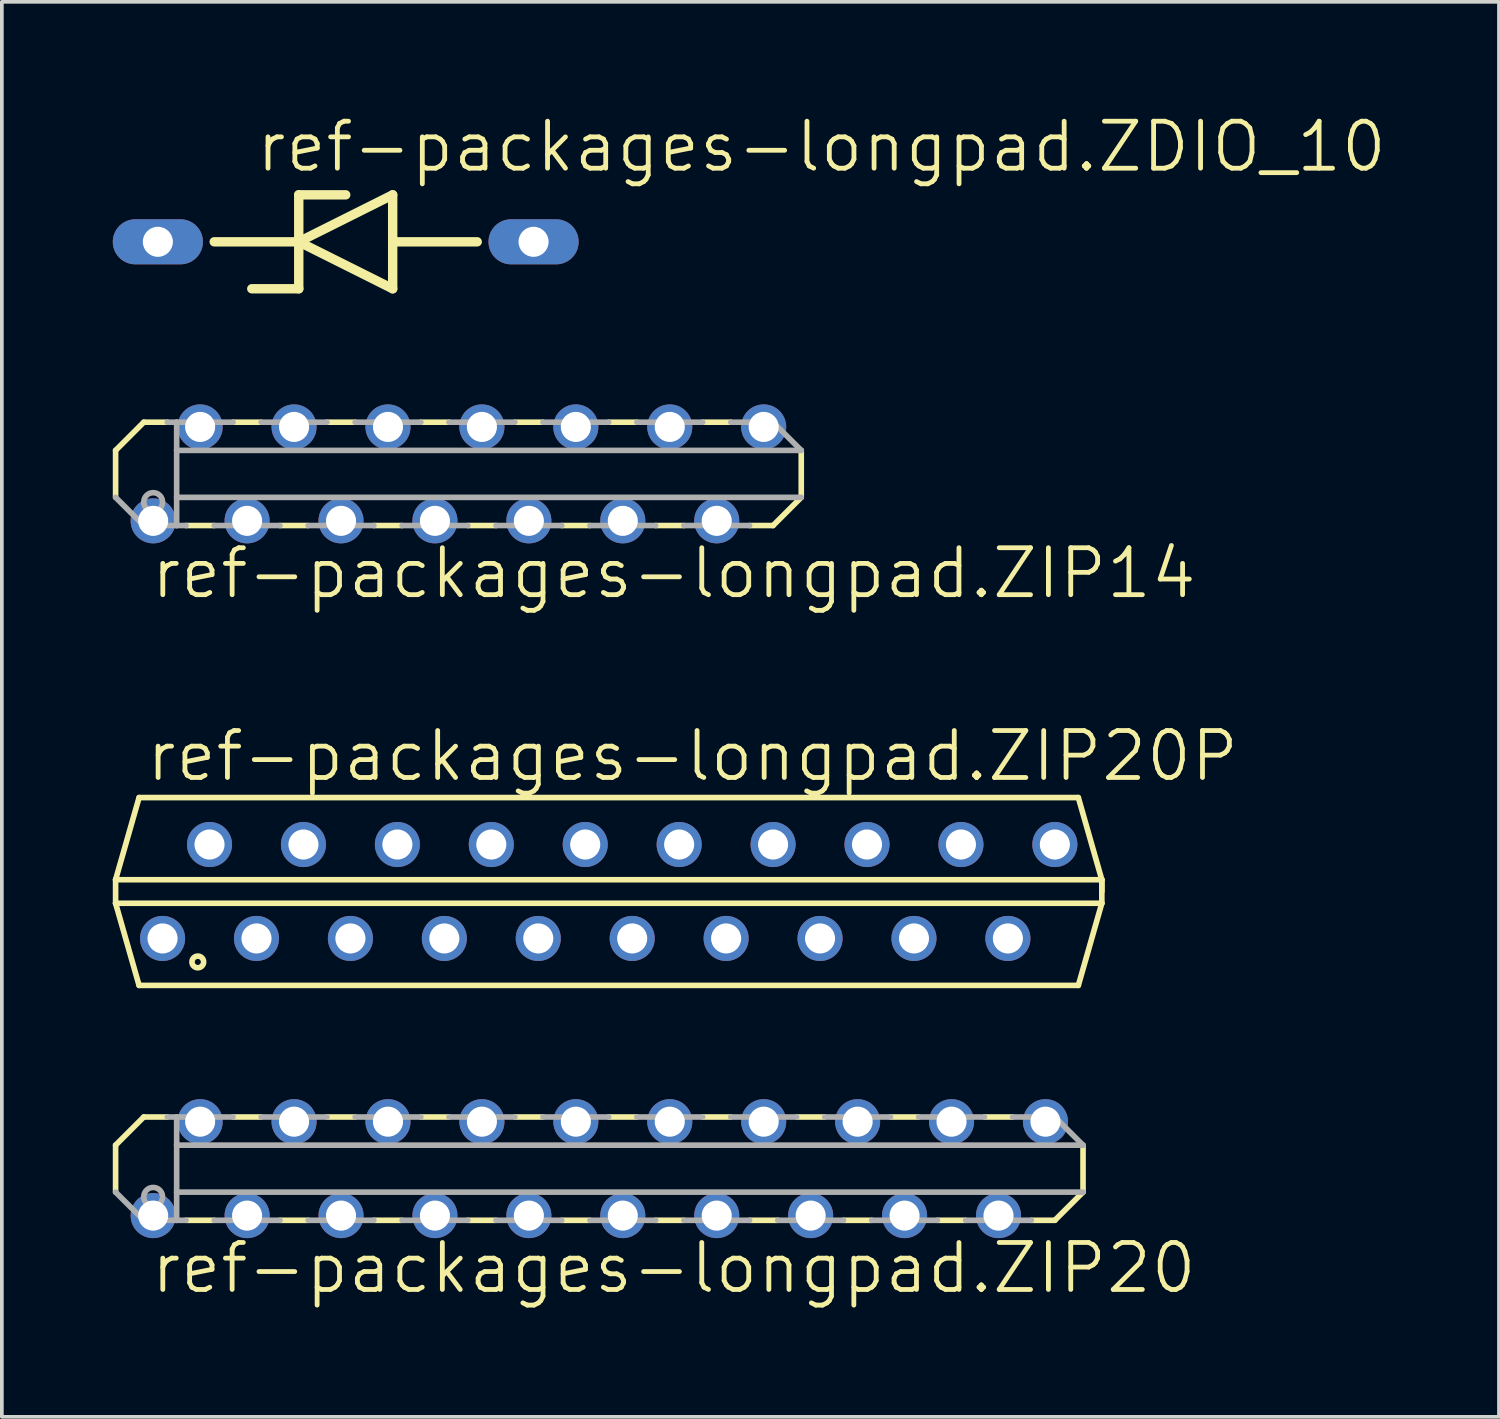
<source format=kicad_pcb>
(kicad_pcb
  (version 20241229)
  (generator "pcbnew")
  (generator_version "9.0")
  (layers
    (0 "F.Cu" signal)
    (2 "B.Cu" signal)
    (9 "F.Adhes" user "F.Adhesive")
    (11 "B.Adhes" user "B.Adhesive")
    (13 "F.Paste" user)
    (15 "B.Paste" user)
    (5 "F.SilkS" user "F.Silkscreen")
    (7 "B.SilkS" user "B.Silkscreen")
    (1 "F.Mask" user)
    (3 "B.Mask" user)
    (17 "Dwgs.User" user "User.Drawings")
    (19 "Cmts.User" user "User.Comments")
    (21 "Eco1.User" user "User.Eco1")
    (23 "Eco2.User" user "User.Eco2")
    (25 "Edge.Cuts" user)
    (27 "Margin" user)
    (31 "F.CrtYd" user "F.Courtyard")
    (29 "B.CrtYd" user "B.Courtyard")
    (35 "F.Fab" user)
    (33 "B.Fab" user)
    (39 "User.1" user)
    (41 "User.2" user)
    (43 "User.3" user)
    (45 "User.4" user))
  (footprint "ref-packages-longpad.ZDIO_10"
    (layer "F.Cu")
    (at 6.299 3.489)
    (property "Reference" "ref-packages-longpad.ZDIO_10" (at -2.489 -1.829 0) (layer "F.SilkS") (effects (font (size 1.27 1.27) (thickness 0.13)) (justify left bottom)))
    (attr through_hole)
    (fp_line (start -3.556 0) (end -1.27 0) (stroke (width 0.254) (type default)) (layer "F.SilkS"))
    (fp_line (start -1.27 -1.27) (end -1.27 0) (stroke (width 0.254) (type default)) (layer "F.SilkS"))
    (fp_line (start -1.27 0) (end -1.27 1.27) (stroke (width 0.254) (type default)) (layer "F.SilkS"))
    (fp_line (start -1.27 0) (end 1.27 -1.27) (stroke (width 0.254) (type default)) (layer "F.SilkS"))
    (fp_line (start -1.27 1.27) (end -2.54 1.27) (stroke (width 0.254) (type default)) (layer "F.SilkS"))
    (fp_line (start 0 -1.27) (end -1.27 -1.27) (stroke (width 0.254) (type default)) (layer "F.SilkS"))
    (fp_line (start 1.27 -1.27) (end 1.27 0) (stroke (width 0.254) (type default)) (layer "F.SilkS"))
    (fp_line (start 1.27 0) (end 1.27 1.27) (stroke (width 0.254) (type default)) (layer "F.SilkS"))
    (fp_line (start 1.27 0) (end 3.556 0) (stroke (width 0.254) (type default)) (layer "F.SilkS"))
    (fp_line (start 1.27 1.27) (end -1.27 0) (stroke (width 0.254) (type default)) (layer "F.SilkS"))
    (pad "A" thru_hole oval (at 5.08 0) (size 2.438 1.219) (drill 0.813) (layers "*.Cu" "*.Mask"))
    (pad "C" thru_hole oval (at -5.08 0) (size 2.438 1.219) (drill 0.813) (layers "*.Cu" "*.Mask")))
  (footprint "ref-packages-longpad.ZIP20"
    (layer "F.Cu")
    (at 13.157 28.553)
    (property "Reference" "ref-packages-longpad.ZIP20" (at -12.192 3.429 0) (layer "F.SilkS") (effects (font (size 1.27 1.27) (thickness 0.13)) (justify left bottom)))
    (attr through_hole)
    (fp_line (start -13.081 -0.635) (end -13.081 0.635) (stroke (width 0.152) (type default)) (layer "F.SilkS"))
    (fp_line (start -12.319 -1.397) (end -13.081 -0.635) (stroke (width 0.152) (type default)) (layer "F.SilkS"))
    (fp_line (start -11.684 -1.397) (end -12.319 -1.397) (stroke (width 0.152) (type default)) (layer "F.SilkS"))
    (fp_line (start -10.414 1.397) (end -11.176 1.397) (stroke (width 0.152) (type default)) (layer "F.SilkS"))
    (fp_line (start -9.144 -1.397) (end -9.906 -1.397) (stroke (width 0.152) (type default)) (layer "F.SilkS"))
    (fp_line (start -7.874 1.397) (end -8.636 1.397) (stroke (width 0.152) (type default)) (layer "F.SilkS"))
    (fp_line (start -6.604 -1.397) (end -7.366 -1.397) (stroke (width 0.152) (type default)) (layer "F.SilkS"))
    (fp_line (start -5.334 1.397) (end -6.096 1.397) (stroke (width 0.152) (type default)) (layer "F.SilkS"))
    (fp_line (start -4.064 -1.397) (end -4.826 -1.397) (stroke (width 0.152) (type default)) (layer "F.SilkS"))
    (fp_line (start -2.794 1.397) (end -3.556 1.397) (stroke (width 0.152) (type default)) (layer "F.SilkS"))
    (fp_line (start -1.524 -1.397) (end -2.286 -1.397) (stroke (width 0.152) (type default)) (layer "F.SilkS"))
    (fp_line (start -0.254 1.397) (end -1.016 1.397) (stroke (width 0.152) (type default)) (layer "F.SilkS"))
    (fp_line (start 1.016 -1.397) (end 0.254 -1.397) (stroke (width 0.152) (type default)) (layer "F.SilkS"))
    (fp_line (start 2.286 1.397) (end 1.524 1.397) (stroke (width 0.152) (type default)) (layer "F.SilkS"))
    (fp_line (start 3.556 -1.397) (end 2.794 -1.397) (stroke (width 0.152) (type default)) (layer "F.SilkS"))
    (fp_line (start 4.826 1.397) (end 4.064 1.397) (stroke (width 0.152) (type default)) (layer "F.SilkS"))
    (fp_line (start 6.096 -1.397) (end 5.334 -1.397) (stroke (width 0.152) (type default)) (layer "F.SilkS"))
    (fp_line (start 7.366 1.397) (end 6.604 1.397) (stroke (width 0.152) (type default)) (layer "F.SilkS"))
    (fp_line (start 8.636 -1.397) (end 7.874 -1.397) (stroke (width 0.152) (type default)) (layer "F.SilkS"))
    (fp_line (start 9.906 1.397) (end 9.144 1.397) (stroke (width 0.152) (type default)) (layer "F.SilkS"))
    (fp_line (start 11.176 -1.397) (end 10.414 -1.397) (stroke (width 0.152) (type default)) (layer "F.SilkS"))
    (fp_line (start 12.319 1.397) (end 11.684 1.397) (stroke (width 0.152) (type default)) (layer "F.SilkS"))
    (fp_line (start 12.319 1.397) (end 13.081 0.635) (stroke (width 0.152) (type default)) (layer "F.SilkS"))
    (fp_line (start 13.081 0.635) (end 13.081 -0.635) (stroke (width 0.152) (type default)) (layer "F.SilkS"))
    (fp_line (start -13.081 0.635) (end -12.319 1.397) (stroke (width 0.152) (type default)) (layer "F.Fab"))
    (fp_line (start -11.43 -1.397) (end -11.684 -1.397) (stroke (width 0.152) (type default)) (layer "F.Fab"))
    (fp_line (start -11.43 -0.635) (end -11.43 -1.397) (stroke (width 0.152) (type default)) (layer "F.Fab"))
    (fp_line (start -11.43 0.635) (end -11.43 -0.635) (stroke (width 0.152) (type default)) (layer "F.Fab"))
    (fp_line (start -11.43 1.397) (end -12.319 1.397) (stroke (width 0.152) (type default)) (layer "F.Fab"))
    (fp_line (start -11.43 1.397) (end -11.43 0.635) (stroke (width 0.152) (type default)) (layer "F.Fab"))
    (fp_line (start -11.176 1.397) (end -11.43 1.397) (stroke (width 0.152) (type default)) (layer "F.Fab"))
    (fp_line (start -9.906 -1.397) (end -11.43 -1.397) (stroke (width 0.152) (type default)) (layer "F.Fab"))
    (fp_line (start -8.636 1.397) (end -10.414 1.397) (stroke (width 0.152) (type default)) (layer "F.Fab"))
    (fp_line (start -7.366 -1.397) (end -9.144 -1.397) (stroke (width 0.152) (type default)) (layer "F.Fab"))
    (fp_line (start -6.096 1.397) (end -7.874 1.397) (stroke (width 0.152) (type default)) (layer "F.Fab"))
    (fp_line (start -4.826 -1.397) (end -6.604 -1.397) (stroke (width 0.152) (type default)) (layer "F.Fab"))
    (fp_line (start -3.556 1.397) (end -5.334 1.397) (stroke (width 0.152) (type default)) (layer "F.Fab"))
    (fp_line (start -2.286 -1.397) (end -4.064 -1.397) (stroke (width 0.152) (type default)) (layer "F.Fab"))
    (fp_line (start -1.016 1.397) (end -2.794 1.397) (stroke (width 0.152) (type default)) (layer "F.Fab"))
    (fp_line (start 0.254 -1.397) (end -1.524 -1.397) (stroke (width 0.152) (type default)) (layer "F.Fab"))
    (fp_line (start 1.524 1.397) (end -0.254 1.397) (stroke (width 0.152) (type default)) (layer "F.Fab"))
    (fp_line (start 2.794 -1.397) (end 1.016 -1.397) (stroke (width 0.152) (type default)) (layer "F.Fab"))
    (fp_line (start 4.064 1.397) (end 2.286 1.397) (stroke (width 0.152) (type default)) (layer "F.Fab"))
    (fp_line (start 5.334 -1.397) (end 3.556 -1.397) (stroke (width 0.152) (type default)) (layer "F.Fab"))
    (fp_line (start 6.604 1.397) (end 4.826 1.397) (stroke (width 0.152) (type default)) (layer "F.Fab"))
    (fp_line (start 7.874 -1.397) (end 6.096 -1.397) (stroke (width 0.152) (type default)) (layer "F.Fab"))
    (fp_line (start 9.144 1.397) (end 7.366 1.397) (stroke (width 0.152) (type default)) (layer "F.Fab"))
    (fp_line (start 10.414 -1.397) (end 8.636 -1.397) (stroke (width 0.152) (type default)) (layer "F.Fab"))
    (fp_line (start 11.684 1.397) (end 9.906 1.397) (stroke (width 0.152) (type default)) (layer "F.Fab"))
    (fp_line (start 12.319 -1.397) (end 11.176 -1.397) (stroke (width 0.152) (type default)) (layer "F.Fab"))
    (fp_line (start 13.081 -0.635) (end -11.43 -0.635) (stroke (width 0.152) (type default)) (layer "F.Fab"))
    (fp_line (start 13.081 -0.635) (end 12.319 -1.397) (stroke (width 0.152) (type default)) (layer "F.Fab"))
    (fp_line (start 13.081 0.635) (end -11.43 0.635) (stroke (width 0.152) (type default)) (layer "F.Fab"))
    (fp_circle (center -12.065 0.762) (end -11.811 0.762) (stroke (width 0.152) (type default)) (fill no) (layer "F.Fab"))
    (pad "1" thru_hole circle (at -12.065 1.27) (size 1.219 1.219) (drill 0.813) (layers "*.Cu" "*.Mask"))
    (pad "2" thru_hole circle (at -10.795 -1.27) (size 1.219 1.219) (drill 0.813) (layers "*.Cu" "*.Mask"))
    (pad "3" thru_hole circle (at -9.525 1.27) (size 1.219 1.219) (drill 0.813) (layers "*.Cu" "*.Mask"))
    (pad "4" thru_hole circle (at -8.255 -1.27) (size 1.219 1.219) (drill 0.813) (layers "*.Cu" "*.Mask"))
    (pad "5" thru_hole circle (at -6.985 1.27) (size 1.219 1.219) (drill 0.813) (layers "*.Cu" "*.Mask"))
    (pad "6" thru_hole circle (at -5.715 -1.27) (size 1.219 1.219) (drill 0.813) (layers "*.Cu" "*.Mask"))
    (pad "7" thru_hole circle (at -4.445 1.27) (size 1.219 1.219) (drill 0.813) (layers "*.Cu" "*.Mask"))
    (pad "8" thru_hole circle (at -3.175 -1.27) (size 1.219 1.219) (drill 0.813) (layers "*.Cu" "*.Mask"))
    (pad "9" thru_hole circle (at -1.905 1.27) (size 1.219 1.219) (drill 0.813) (layers "*.Cu" "*.Mask"))
    (pad "10" thru_hole circle (at -0.635 -1.27) (size 1.219 1.219) (drill 0.813) (layers "*.Cu" "*.Mask"))
    (pad "11" thru_hole circle (at 0.635 1.27) (size 1.219 1.219) (drill 0.813) (layers "*.Cu" "*.Mask"))
    (pad "12" thru_hole circle (at 1.905 -1.27) (size 1.219 1.219) (drill 0.813) (layers "*.Cu" "*.Mask"))
    (pad "13" thru_hole circle (at 3.175 1.27) (size 1.219 1.219) (drill 0.813) (layers "*.Cu" "*.Mask"))
    (pad "14" thru_hole circle (at 4.445 -1.27) (size 1.219 1.219) (drill 0.813) (layers "*.Cu" "*.Mask"))
    (pad "15" thru_hole circle (at 5.715 1.27) (size 1.219 1.219) (drill 0.813) (layers "*.Cu" "*.Mask"))
    (pad "16" thru_hole circle (at 6.985 -1.27) (size 1.219 1.219) (drill 0.813) (layers "*.Cu" "*.Mask"))
    (pad "17" thru_hole circle (at 8.255 1.27) (size 1.219 1.219) (drill 0.813) (layers "*.Cu" "*.Mask"))
    (pad "18" thru_hole circle (at 9.525 -1.27) (size 1.219 1.219) (drill 0.813) (layers "*.Cu" "*.Mask"))
    (pad "19" thru_hole circle (at 10.795 1.27) (size 1.219 1.219) (drill 0.813) (layers "*.Cu" "*.Mask"))
    (pad "20" thru_hole circle (at 12.065 -1.27) (size 1.219 1.219) (drill 0.813) (layers "*.Cu" "*.Mask")))
  (footprint "ref-packages-longpad.ZIP20P"
    (layer "F.Cu")
    (at 11.506 21.058)
    (property "Reference" "ref-packages-longpad.ZIP20P" (at -10.668 -2.921 0) (layer "F.SilkS") (effects (font (size 1.27 1.27) (thickness 0.13)) (justify left bottom)))
    (attr through_hole)
    (fp_line (start -11.43 -0.318) (end -11.43 0.318) (stroke (width 0.152) (type default)) (layer "F.SilkS"))
    (fp_line (start -11.43 -0.318) (end 15.24 -0.318) (stroke (width 0.152) (type default)) (layer "F.SilkS"))
    (fp_line (start -11.43 0.318) (end 15.24 0.318) (stroke (width 0.152) (type default)) (layer "F.SilkS"))
    (fp_line (start -10.795 -2.54) (end -11.43 -0.318) (stroke (width 0.152) (type default)) (layer "F.SilkS"))
    (fp_line (start -10.795 -2.54) (end 14.605 -2.54) (stroke (width 0.152) (type default)) (layer "F.SilkS"))
    (fp_line (start -10.795 2.54) (end -11.43 0.318) (stroke (width 0.152) (type default)) (layer "F.SilkS"))
    (fp_line (start -10.795 2.54) (end 14.605 2.54) (stroke (width 0.152) (type default)) (layer "F.SilkS"))
    (fp_line (start 14.605 -2.54) (end 15.24 -0.318) (stroke (width 0.152) (type default)) (layer "F.SilkS"))
    (fp_line (start 15.24 -0.318) (end 15.24 0) (stroke (width 0.152) (type default)) (layer "F.SilkS"))
    (fp_line (start 15.24 -0.318) (end 15.24 0.318) (stroke (width 0.152) (type default)) (layer "F.SilkS"))
    (fp_line (start 15.24 0.318) (end 14.605 2.54) (stroke (width 0.152) (type default)) (layer "F.SilkS"))
    (fp_circle (center -9.207 1.905) (end -9.049 1.905) (stroke (width 0.152) (type default)) (fill no) (layer "F.SilkS"))
    (pad "1" thru_hole circle (at -10.16 1.27) (size 1.219 1.219) (drill 0.813) (layers "*.Cu" "*.Mask"))
    (pad "2" thru_hole circle (at -8.89 -1.27) (size 1.219 1.219) (drill 0.813) (layers "*.Cu" "*.Mask"))
    (pad "3" thru_hole circle (at -7.62 1.27) (size 1.219 1.219) (drill 0.813) (layers "*.Cu" "*.Mask"))
    (pad "4" thru_hole circle (at -6.35 -1.27) (size 1.219 1.219) (drill 0.813) (layers "*.Cu" "*.Mask"))
    (pad "5" thru_hole circle (at -5.08 1.27) (size 1.219 1.219) (drill 0.813) (layers "*.Cu" "*.Mask"))
    (pad "6" thru_hole circle (at -3.81 -1.27) (size 1.219 1.219) (drill 0.813) (layers "*.Cu" "*.Mask"))
    (pad "7" thru_hole circle (at -2.54 1.27) (size 1.219 1.219) (drill 0.813) (layers "*.Cu" "*.Mask"))
    (pad "8" thru_hole circle (at -1.27 -1.27) (size 1.219 1.219) (drill 0.813) (layers "*.Cu" "*.Mask"))
    (pad "9" thru_hole circle (at 0 1.27) (size 1.219 1.219) (drill 0.813) (layers "*.Cu" "*.Mask"))
    (pad "10" thru_hole circle (at 1.27 -1.27) (size 1.219 1.219) (drill 0.813) (layers "*.Cu" "*.Mask"))
    (pad "11" thru_hole circle (at 2.54 1.27) (size 1.219 1.219) (drill 0.813) (layers "*.Cu" "*.Mask"))
    (pad "12" thru_hole circle (at 3.81 -1.27) (size 1.219 1.219) (drill 0.813) (layers "*.Cu" "*.Mask"))
    (pad "13" thru_hole circle (at 5.08 1.27) (size 1.219 1.219) (drill 0.813) (layers "*.Cu" "*.Mask"))
    (pad "14" thru_hole circle (at 6.35 -1.27) (size 1.219 1.219) (drill 0.813) (layers "*.Cu" "*.Mask"))
    (pad "15" thru_hole circle (at 7.62 1.27) (size 1.219 1.219) (drill 0.813) (layers "*.Cu" "*.Mask"))
    (pad "16" thru_hole circle (at 8.89 -1.27) (size 1.219 1.219) (drill 0.813) (layers "*.Cu" "*.Mask"))
    (pad "17" thru_hole circle (at 10.16 1.27) (size 1.219 1.219) (drill 0.813) (layers "*.Cu" "*.Mask"))
    (pad "18" thru_hole circle (at 11.43 -1.27) (size 1.219 1.219) (drill 0.813) (layers "*.Cu" "*.Mask"))
    (pad "19" thru_hole circle (at 12.7 1.27) (size 1.219 1.219) (drill 0.813) (layers "*.Cu" "*.Mask"))
    (pad "20" thru_hole circle (at 13.97 -1.27) (size 1.219 1.219) (drill 0.813) (layers "*.Cu" "*.Mask")))
  (footprint "ref-packages-longpad.ZIP14"
    (layer "F.Cu")
    (at 9.982 9.765)
    (property "Reference" "ref-packages-longpad.ZIP14" (at -9.017 3.429 0) (layer "F.SilkS") (effects (font (size 1.27 1.27) (thickness 0.13)) (justify left bottom)))
    (attr through_hole)
    (fp_line (start -9.906 -0.635) (end -9.906 0.635) (stroke (width 0.152) (type default)) (layer "F.SilkS"))
    (fp_line (start -9.144 -1.397) (end -9.906 -0.635) (stroke (width 0.152) (type default)) (layer "F.SilkS"))
    (fp_line (start -8.509 -1.397) (end -9.144 -1.397) (stroke (width 0.152) (type default)) (layer "F.SilkS"))
    (fp_line (start -7.239 1.397) (end -8.001 1.397) (stroke (width 0.152) (type default)) (layer "F.SilkS"))
    (fp_line (start -5.969 -1.397) (end -6.731 -1.397) (stroke (width 0.152) (type default)) (layer "F.SilkS"))
    (fp_line (start -4.699 1.397) (end -5.461 1.397) (stroke (width 0.152) (type default)) (layer "F.SilkS"))
    (fp_line (start -3.429 -1.397) (end -4.191 -1.397) (stroke (width 0.152) (type default)) (layer "F.SilkS"))
    (fp_line (start -2.159 1.397) (end -2.921 1.397) (stroke (width 0.152) (type default)) (layer "F.SilkS"))
    (fp_line (start -0.889 -1.397) (end -1.651 -1.397) (stroke (width 0.152) (type default)) (layer "F.SilkS"))
    (fp_line (start 0.381 1.397) (end -0.381 1.397) (stroke (width 0.152) (type default)) (layer "F.SilkS"))
    (fp_line (start 1.651 -1.397) (end 0.889 -1.397) (stroke (width 0.152) (type default)) (layer "F.SilkS"))
    (fp_line (start 2.921 1.397) (end 2.159 1.397) (stroke (width 0.152) (type default)) (layer "F.SilkS"))
    (fp_line (start 4.191 -1.397) (end 3.429 -1.397) (stroke (width 0.152) (type default)) (layer "F.SilkS"))
    (fp_line (start 5.461 1.397) (end 4.699 1.397) (stroke (width 0.152) (type default)) (layer "F.SilkS"))
    (fp_line (start 6.731 -1.397) (end 5.969 -1.397) (stroke (width 0.152) (type default)) (layer "F.SilkS"))
    (fp_line (start 7.874 1.397) (end 7.239 1.397) (stroke (width 0.152) (type default)) (layer "F.SilkS"))
    (fp_line (start 7.874 1.397) (end 8.636 0.635) (stroke (width 0.152) (type default)) (layer "F.SilkS"))
    (fp_line (start 8.636 0.635) (end 8.636 -0.635) (stroke (width 0.152) (type default)) (layer "F.SilkS"))
    (fp_line (start -9.906 0.635) (end -9.144 1.397) (stroke (width 0.152) (type default)) (layer "F.Fab"))
    (fp_line (start -8.255 -1.397) (end -8.509 -1.397) (stroke (width 0.152) (type default)) (layer "F.Fab"))
    (fp_line (start -8.255 -0.635) (end -8.255 -1.397) (stroke (width 0.152) (type default)) (layer "F.Fab"))
    (fp_line (start -8.255 0.635) (end -8.255 -0.635) (stroke (width 0.152) (type default)) (layer "F.Fab"))
    (fp_line (start -8.255 1.397) (end -9.144 1.397) (stroke (width 0.152) (type default)) (layer "F.Fab"))
    (fp_line (start -8.255 1.397) (end -8.255 0.635) (stroke (width 0.152) (type default)) (layer "F.Fab"))
    (fp_line (start -8.001 1.397) (end -8.255 1.397) (stroke (width 0.152) (type default)) (layer "F.Fab"))
    (fp_line (start -6.731 -1.397) (end -8.255 -1.397) (stroke (width 0.152) (type default)) (layer "F.Fab"))
    (fp_line (start -5.461 1.397) (end -7.239 1.397) (stroke (width 0.152) (type default)) (layer "F.Fab"))
    (fp_line (start -4.191 -1.397) (end -5.969 -1.397) (stroke (width 0.152) (type default)) (layer "F.Fab"))
    (fp_line (start -2.921 1.397) (end -4.699 1.397) (stroke (width 0.152) (type default)) (layer "F.Fab"))
    (fp_line (start -1.651 -1.397) (end -3.429 -1.397) (stroke (width 0.152) (type default)) (layer "F.Fab"))
    (fp_line (start -0.381 1.397) (end -2.159 1.397) (stroke (width 0.152) (type default)) (layer "F.Fab"))
    (fp_line (start 0.889 -1.397) (end -0.889 -1.397) (stroke (width 0.152) (type default)) (layer "F.Fab"))
    (fp_line (start 2.159 1.397) (end 0.381 1.397) (stroke (width 0.152) (type default)) (layer "F.Fab"))
    (fp_line (start 3.429 -1.397) (end 1.651 -1.397) (stroke (width 0.152) (type default)) (layer "F.Fab"))
    (fp_line (start 4.699 1.397) (end 2.921 1.397) (stroke (width 0.152) (type default)) (layer "F.Fab"))
    (fp_line (start 5.969 -1.397) (end 4.191 -1.397) (stroke (width 0.152) (type default)) (layer "F.Fab"))
    (fp_line (start 7.239 1.397) (end 5.461 1.397) (stroke (width 0.152) (type default)) (layer "F.Fab"))
    (fp_line (start 7.874 -1.397) (end 6.731 -1.397) (stroke (width 0.152) (type default)) (layer "F.Fab"))
    (fp_line (start 8.636 -0.635) (end -8.255 -0.635) (stroke (width 0.152) (type default)) (layer "F.Fab"))
    (fp_line (start 8.636 -0.635) (end 7.874 -1.397) (stroke (width 0.152) (type default)) (layer "F.Fab"))
    (fp_line (start 8.636 0.635) (end -8.255 0.635) (stroke (width 0.152) (type default)) (layer "F.Fab"))
    (fp_circle (center -8.89 0.762) (end -8.636 0.762) (stroke (width 0.152) (type default)) (fill no) (layer "F.Fab"))
    (pad "1" thru_hole circle (at -8.89 1.27) (size 1.219 1.219) (drill 0.813) (layers "*.Cu" "*.Mask"))
    (pad "2" thru_hole circle (at -7.62 -1.27) (size 1.219 1.219) (drill 0.813) (layers "*.Cu" "*.Mask"))
    (pad "3" thru_hole circle (at -6.35 1.27) (size 1.219 1.219) (drill 0.813) (layers "*.Cu" "*.Mask"))
    (pad "4" thru_hole circle (at -5.08 -1.27) (size 1.219 1.219) (drill 0.813) (layers "*.Cu" "*.Mask"))
    (pad "5" thru_hole circle (at -3.81 1.27) (size 1.219 1.219) (drill 0.813) (layers "*.Cu" "*.Mask"))
    (pad "6" thru_hole circle (at -2.54 -1.27) (size 1.219 1.219) (drill 0.813) (layers "*.Cu" "*.Mask"))
    (pad "7" thru_hole circle (at -1.27 1.27) (size 1.219 1.219) (drill 0.813) (layers "*.Cu" "*.Mask"))
    (pad "8" thru_hole circle (at 0 -1.27) (size 1.219 1.219) (drill 0.813) (layers "*.Cu" "*.Mask"))
    (pad "9" thru_hole circle (at 1.27 1.27) (size 1.219 1.219) (drill 0.813) (layers "*.Cu" "*.Mask"))
    (pad "10" thru_hole circle (at 2.54 -1.27) (size 1.219 1.219) (drill 0.813) (layers "*.Cu" "*.Mask"))
    (pad "11" thru_hole circle (at 3.81 1.27) (size 1.219 1.219) (drill 0.813) (layers "*.Cu" "*.Mask"))
    (pad "12" thru_hole circle (at 5.08 -1.27) (size 1.219 1.219) (drill 0.813) (layers "*.Cu" "*.Mask"))
    (pad "13" thru_hole circle (at 6.35 1.27) (size 1.219 1.219) (drill 0.813) (layers "*.Cu" "*.Mask"))
    (pad "14" thru_hole circle (at 7.62 -1.27) (size 1.219 1.219) (drill 0.813) (layers "*.Cu" "*.Mask")))
  (gr_rect
    (start -3 -3)
    (end 37.486 35.265)
    (stroke (width 0.1) (type default))
    (fill no)
    (layer "Edge.Cuts")))
</source>
